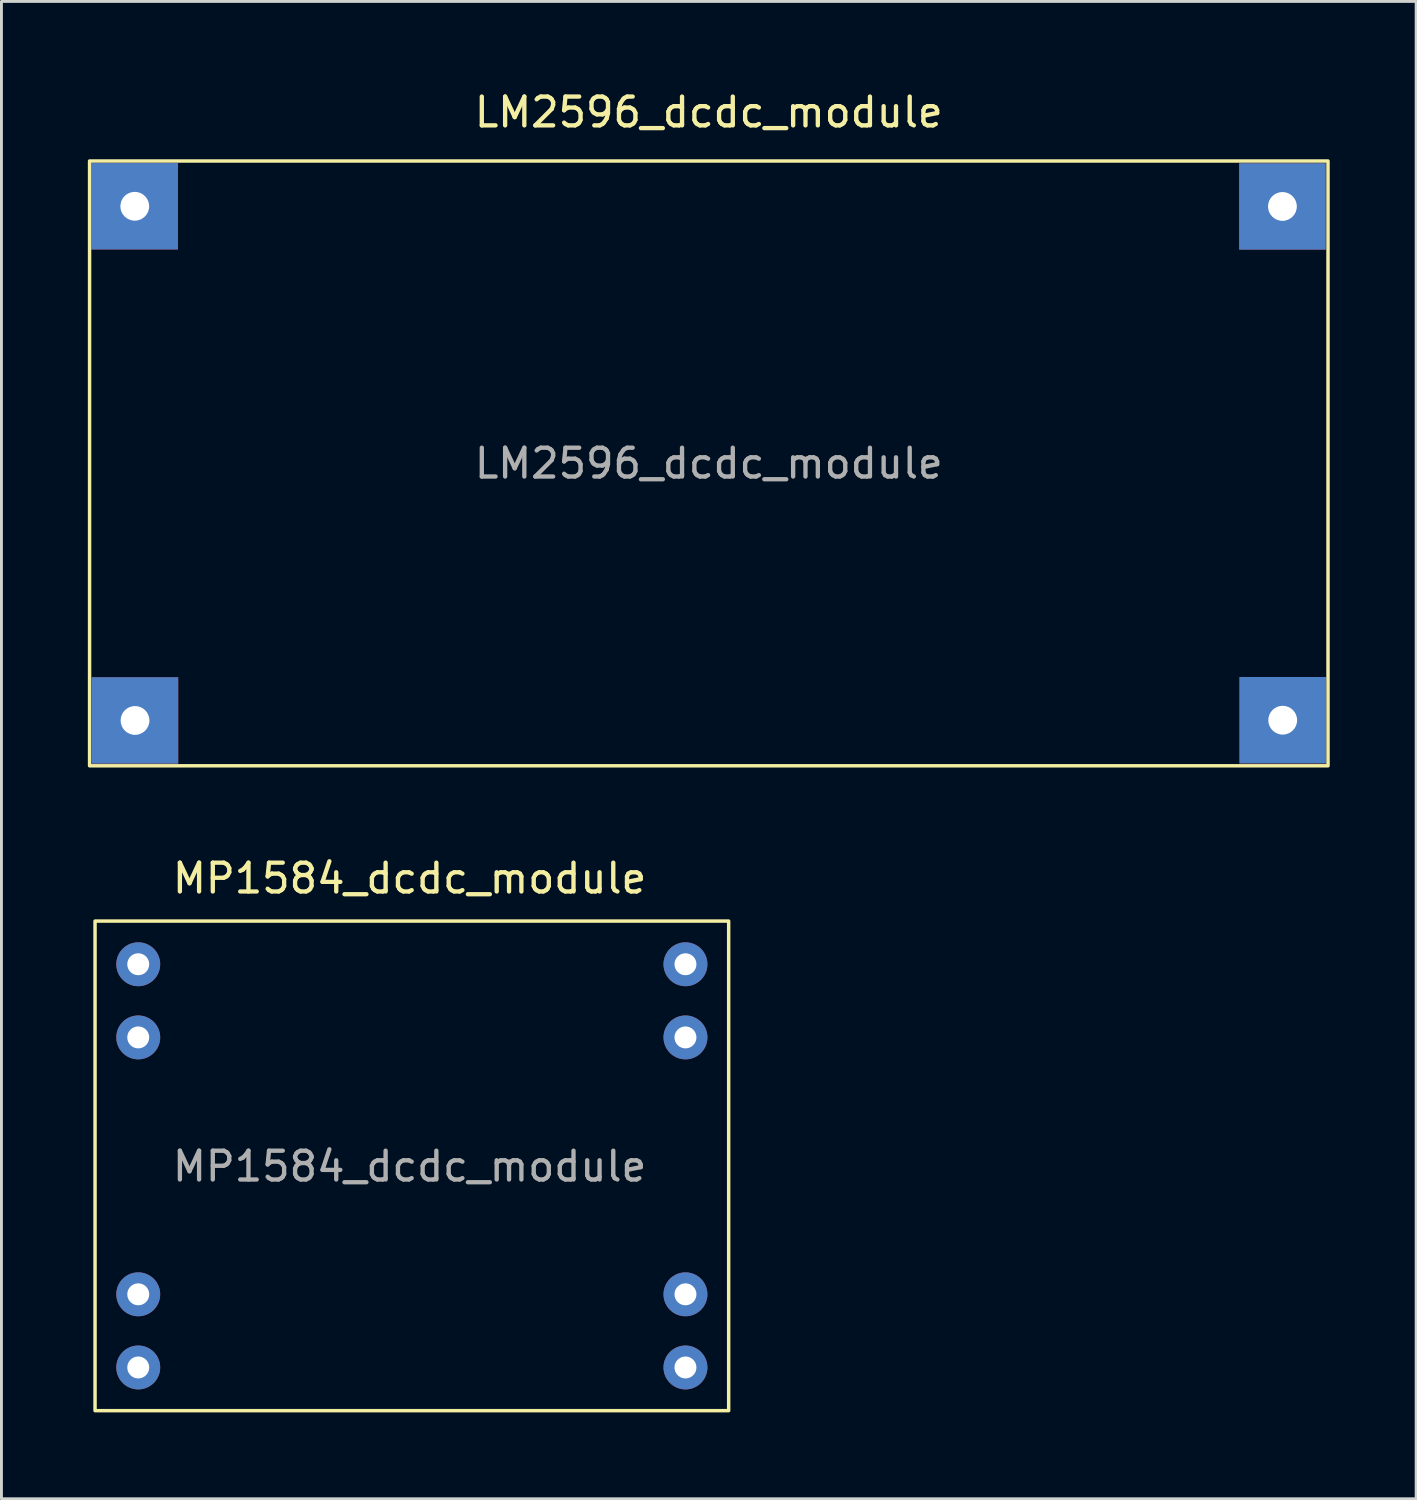
<source format=kicad_pcb>
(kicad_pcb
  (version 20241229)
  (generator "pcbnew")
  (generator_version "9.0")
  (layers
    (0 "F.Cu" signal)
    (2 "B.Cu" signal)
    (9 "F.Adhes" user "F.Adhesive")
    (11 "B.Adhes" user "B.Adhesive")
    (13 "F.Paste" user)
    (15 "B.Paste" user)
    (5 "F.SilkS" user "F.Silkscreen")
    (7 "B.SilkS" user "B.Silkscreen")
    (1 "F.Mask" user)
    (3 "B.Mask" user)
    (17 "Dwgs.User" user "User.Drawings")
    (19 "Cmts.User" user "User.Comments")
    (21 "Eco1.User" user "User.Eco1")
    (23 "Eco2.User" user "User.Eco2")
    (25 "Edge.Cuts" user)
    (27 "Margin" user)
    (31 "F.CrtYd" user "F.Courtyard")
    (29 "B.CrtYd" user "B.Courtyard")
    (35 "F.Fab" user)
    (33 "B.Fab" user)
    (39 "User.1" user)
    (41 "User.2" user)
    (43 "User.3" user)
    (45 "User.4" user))
  (footprint "MP1584_dcdc_module"
    (layer "F.Cu")
    (at 0.25 28.93)
    (property "Reference" "MP1584_dcdc_module" (at 10.922 -1.482 0) (unlocked yes) (layer "F.SilkS") (effects (font (size 1 1) (thickness 0.15))))
    (fp_rect (start 0 0) (end 22 17) (stroke (width 0.12) (type solid)) (fill no) (layer "F.SilkS"))
    (fp_text user "${REFERENCE}" (at 10.922 8.518 0) (unlocked yes) (layer "F.Fab") (effects (font (size 1 1) (thickness 0.15))))
    (pad "1" thru_hole circle (at 1.5 12.96) (size 1.524 1.524) (drill 0.762) (layers "*.Cu" "*.Mask"))
    (pad "1" thru_hole circle (at 1.5 15.5) (size 1.524 1.524) (drill 0.762) (layers "*.Cu" "*.Mask"))
    (pad "2" thru_hole circle (at 1.5 1.5) (size 1.524 1.524) (drill 0.762) (layers "*.Cu" "*.Mask"))
    (pad "2" thru_hole circle (at 1.5 4.04) (size 1.524 1.524) (drill 0.762) (layers "*.Cu" "*.Mask"))
    (pad "3" thru_hole circle (at 20.5 12.96) (size 1.524 1.524) (drill 0.762) (layers "*.Cu" "*.Mask"))
    (pad "3" thru_hole circle (at 20.5 15.5) (size 1.524 1.524) (drill 0.762) (layers "*.Cu" "*.Mask"))
    (pad "4" thru_hole circle (at 20.5 1.5) (size 1.524 1.524) (drill 0.762) (layers "*.Cu" "*.Mask"))
    (pad "4" thru_hole circle (at 20.5 4.04) (size 1.524 1.524) (drill 0.762) (layers "*.Cu" "*.Mask")))
  (footprint "LM2596_dcdc_module"
    (layer "F.Cu")
    (at 21.56 13.04)
    (property "Reference" "LM2596_dcdc_module" (at 0 -12.192 0) (unlocked yes) (layer "F.SilkS") (effects (font (size 1 1) (thickness 0.15))))
    (fp_rect (start -21.5 -10.5) (end 21.5 10.5) (stroke (width 0.12) (type solid)) (fill no) (layer "F.SilkS"))
    (fp_text user "${REFERENCE}" (at 0 0 0) (unlocked yes) (layer "F.Fab") (effects (font (size 1 1) (thickness 0.15))))
    (pad "1" thru_hole rect (at -19.931 -8.928) (size 3 3) (drill 1) (layers "*.Cu" "*.Mask"))
    (pad "2" thru_hole rect (at -19.922 8.925) (size 3 3) (drill 1) (layers "*.Cu" "*.Mask"))
    (pad "3" thru_hole rect (at 19.917 -8.922) (size 3 3) (drill 1) (layers "*.Cu" "*.Mask"))
    (pad "4" thru_hole rect (at 19.927 8.916) (size 3 3) (drill 1) (layers "*.Cu" "*.Mask")))
  (gr_rect
    (start -3 -3)
    (end 46.12 48.99)
    (stroke (width 0.1) (type default))
    (fill no)
    (layer "Edge.Cuts")))
</source>
